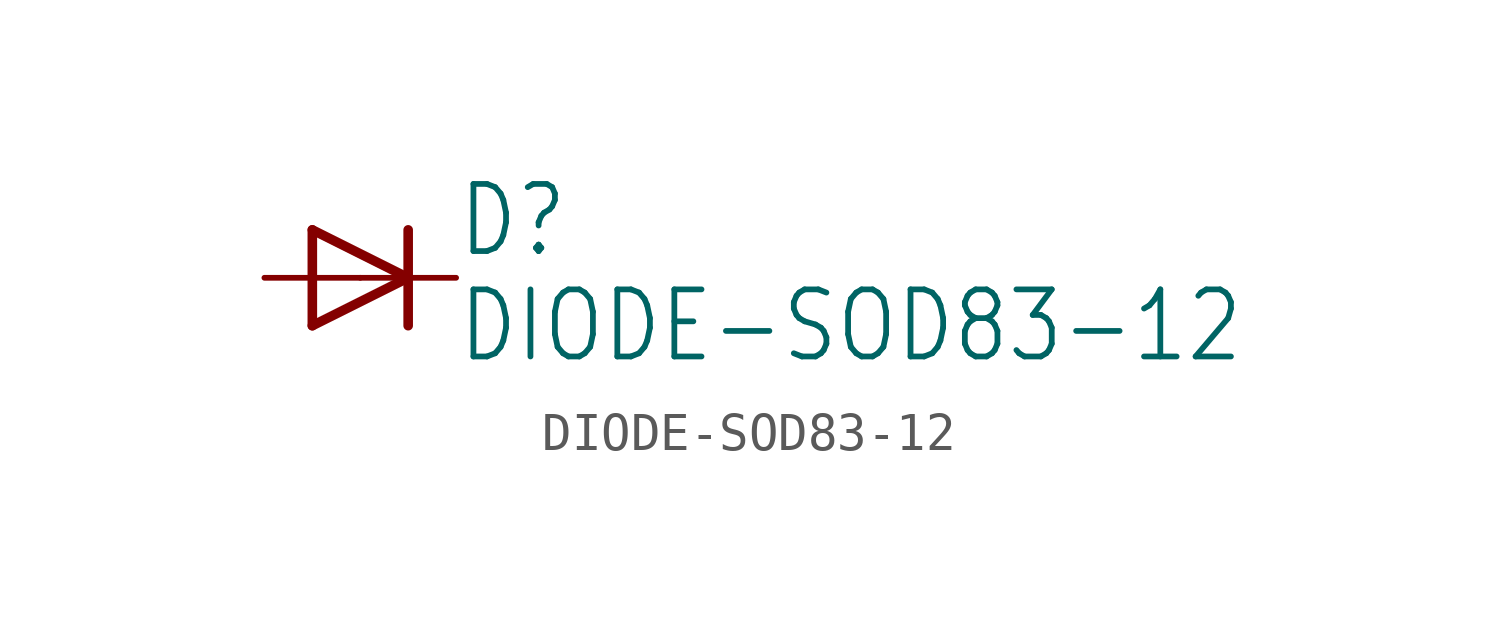
<source format=kicad_sym>
(kicad_symbol_lib
  (version 20211014)
  (generator kicad_symbol_editor)
  (symbol "DIODE-SOD83-12"
    (property "Reference" "D"
      (at 2.54 0.483 0)
      (effects (font (size 1.778 1.511)) (justify left bottom)))
    (property "Value" "DIODE-SOD83-12"
      (at 2.54 -2.311 0)
      (effects (font (size 1.778 1.511)) (justify left bottom)))
    (property "ki_locked" ""
      (at 0 0 0)
      (effects (font (size 1.27 1.27))))
    (symbol "DIODE-SOD83-12_1_0"
      (polyline (pts (xy -1.27 -1.27) (xy 1.27 0)) (stroke (width 0.254) (type default) (color 0 0 0 0)) (fill (type none)))
      (polyline (pts (xy -1.27 1.27) (xy -1.27 -1.27)) (stroke (width 0.254) (type default) (color 0 0 0 0)) (fill (type none)))
      (polyline (pts (xy 1.27 0) (xy -1.27 1.27)) (stroke (width 0.254) (type default) (color 0 0 0 0)) (fill (type none)))
      (polyline (pts (xy 1.27 0) (xy 1.27 -1.27)) (stroke (width 0.254) (type default) (color 0 0 0 0)) (fill (type none)))
      (polyline (pts (xy 1.27 1.27) (xy 1.27 0)) (stroke (width 0.254) (type default) (color 0 0 0 0)) (fill (type none)))
      (pin passive line (at -2.54 0 0) (length 2.54) (name "A" (effects (font (size 0 0)))) (number "A" (effects (font (size 0 0)))))
      (pin passive line (at 2.54 0 180) (length 2.54) (name "C" (effects (font (size 0 0)))) (number "C" (effects (font (size 0 0))))))))
</source>
